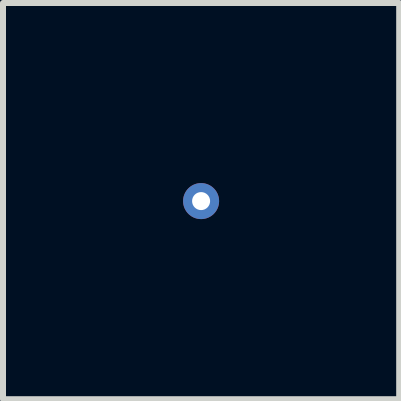
<source format=kicad_pcb>
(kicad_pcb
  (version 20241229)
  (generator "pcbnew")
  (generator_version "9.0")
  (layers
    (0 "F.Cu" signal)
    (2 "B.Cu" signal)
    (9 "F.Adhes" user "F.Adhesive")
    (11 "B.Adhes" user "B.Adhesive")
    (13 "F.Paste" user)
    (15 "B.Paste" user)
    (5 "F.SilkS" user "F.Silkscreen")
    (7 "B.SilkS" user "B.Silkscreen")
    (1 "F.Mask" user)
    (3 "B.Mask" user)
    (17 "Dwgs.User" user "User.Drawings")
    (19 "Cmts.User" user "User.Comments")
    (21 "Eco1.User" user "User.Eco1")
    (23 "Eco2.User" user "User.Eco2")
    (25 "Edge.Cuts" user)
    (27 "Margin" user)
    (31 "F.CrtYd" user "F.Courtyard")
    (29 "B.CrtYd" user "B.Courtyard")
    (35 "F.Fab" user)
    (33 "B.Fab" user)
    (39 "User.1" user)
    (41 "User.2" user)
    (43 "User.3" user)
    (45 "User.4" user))
  (footprint "via-0.6"
    (layer "F.Cu")
    (at 0.3 0.3)
    (property "Reference" "via-0.6" (at 0 0 0) (layer "F.SilkS") (effects (font (size 0.03 0.03) (thickness 0.007))))
    (attr through_hole)
    (pad "1" thru_hole circle (at 0 0) (size 0.6 0.6) (drill 0.3) (layers "*.Cu" "*.Mask")))
  (gr_rect
    (start -3 -3)
    (end 3.6 3.6)
    (stroke (width 0.1) (type default))
    (fill no)
    (layer "Edge.Cuts")))
</source>
